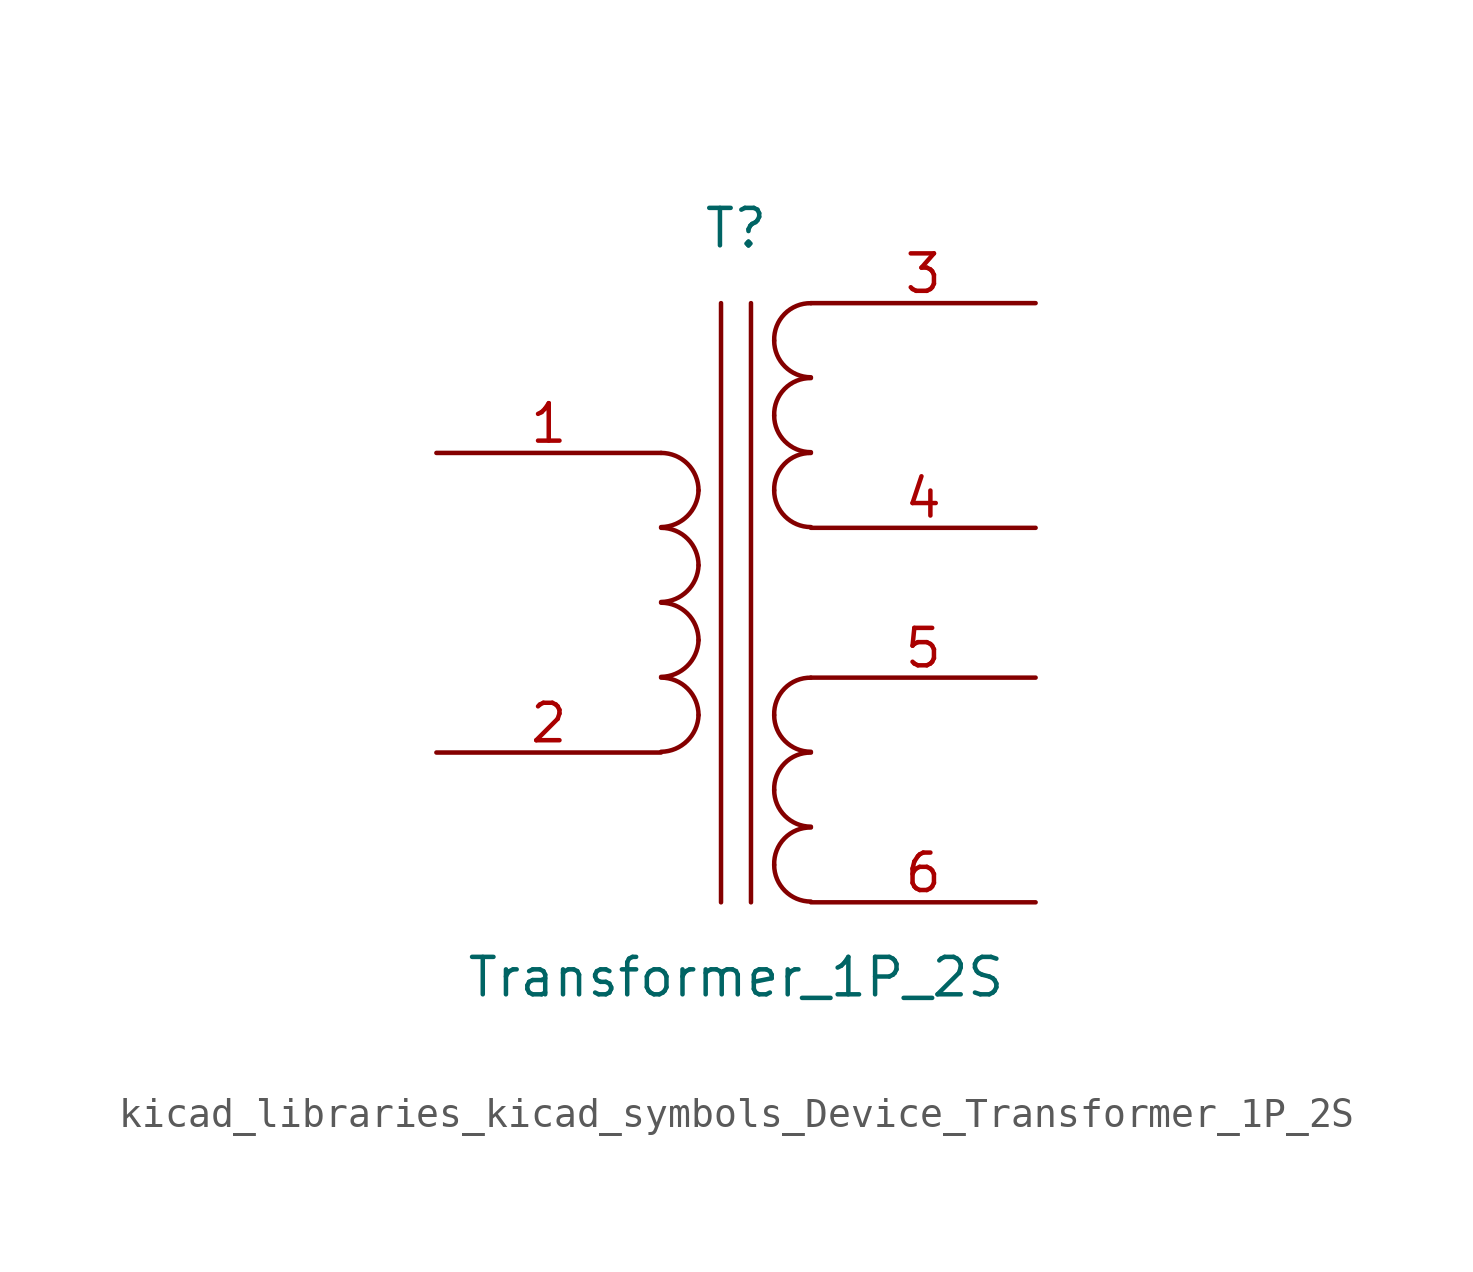
<source format=kicad_sym>
(kicad_symbol_lib
  (version 20220914)
  (generator kicad_symbol_editor)
  (symbol "kicad_libraries_kicad_symbols_Device_Transformer_1P_2S"
    (pin_names
      (offset 1.016) hide)
    (property "Reference" "T"
      (at 0 12.7 0)
      (effects (font (size 1.27 1.27))))
    (property "Value" "Transformer_1P_2S"
      (at 0 -12.7 0)
      (effects (font (size 1.27 1.27))))
    (symbol "kicad_libraries_kicad_symbols_Device_Transformer_1P_2S_0_1"
      (arc (start -2.54 -5.0546) (mid -1.6599 -4.6901) (end -1.27 -3.81) (stroke (width 0) (type default)) (fill (type none)))
      (arc (start -2.54 -2.5146) (mid -1.6599 -2.1501) (end -1.27 -1.27) (stroke (width 0) (type default)) (fill (type none)))
      (arc (start -2.54 0.0254) (mid -1.6599 0.3899) (end -1.27 1.27) (stroke (width 0) (type default)) (fill (type none)))
      (arc (start -2.54 2.5654) (mid -1.6599 2.9299) (end -1.27 3.81) (stroke (width 0) (type default)) (fill (type none)))
      (arc (start -1.27 -3.81) (mid -1.642 -2.912) (end -2.54 -2.54) (stroke (width 0) (type default)) (fill (type none)))
      (arc (start -1.27 -1.27) (mid -1.642 -0.372) (end -2.54 0) (stroke (width 0) (type default)) (fill (type none)))
      (arc (start -1.27 1.27) (mid -1.642 2.168) (end -2.54 2.54) (stroke (width 0) (type default)) (fill (type none)))
      (arc (start -1.27 3.81) (mid -1.642 4.708) (end -2.54 5.08) (stroke (width 0) (type default)) (fill (type none)))
      (polyline (pts (xy -0.508 -10.16) (xy -0.508 10.16)) (stroke (width 0) (type default)) (fill (type none)))
      (polyline (pts (xy 0.508 10.16) (xy 0.508 -10.16)) (stroke (width 0) (type default)) (fill (type none)))
      (arc (start 1.2954 -8.89) (mid 1.6599 -9.7701) (end 2.54 -10.1346) (stroke (width 0) (type default)) (fill (type none)))
      (arc (start 1.2954 -6.35) (mid 1.6599 -7.2301) (end 2.54 -7.5946) (stroke (width 0) (type default)) (fill (type none)))
      (arc (start 1.2954 -3.81) (mid 1.6599 -4.6901) (end 2.54 -5.0546) (stroke (width 0) (type default)) (fill (type none)))
      (arc (start 1.2954 3.81) (mid 1.6599 2.9299) (end 2.54 2.5654) (stroke (width 0) (type default)) (fill (type none)))
      (arc (start 1.2954 6.35) (mid 1.6599 5.4699) (end 2.54 5.1054) (stroke (width 0) (type default)) (fill (type none)))
      (arc (start 1.2954 8.89) (mid 1.6599 8.0099) (end 2.54 7.6454) (stroke (width 0) (type default)) (fill (type none)))
      (arc (start 2.54 -7.62) (mid 1.642 -7.992) (end 1.2954 -8.89) (stroke (width 0) (type default)) (fill (type none)))
      (arc (start 2.54 -5.08) (mid 1.642 -5.452) (end 1.2954 -6.35) (stroke (width 0) (type default)) (fill (type none)))
      (arc (start 2.54 -2.54) (mid 1.642 -2.912) (end 1.2954 -3.81) (stroke (width 0) (type default)) (fill (type none)))
      (arc (start 2.54 5.08) (mid 1.642 4.708) (end 1.2954 3.81) (stroke (width 0) (type default)) (fill (type none)))
      (arc (start 2.54 7.62) (mid 1.642 7.248) (end 1.2954 6.35) (stroke (width 0) (type default)) (fill (type none)))
      (arc (start 2.54 10.16) (mid 1.642 9.788) (end 1.2954 8.89) (stroke (width 0) (type default)) (fill (type none))))
    (symbol "kicad_libraries_kicad_symbols_Device_Transformer_1P_2S_1_1"
      (pin passive line (at -10.16 5.08 0) (length 7.62) (name "AA" (effects (font (size 1.27 1.27)))) (number "1" (effects (font (size 1.27 1.27)))))
      (pin passive line (at -10.16 -5.08 0) (length 7.62) (name "AB" (effects (font (size 1.27 1.27)))) (number "2" (effects (font (size 1.27 1.27)))))
      (pin passive line (at 10.16 10.16 180) (length 7.62) (name "SA" (effects (font (size 1.27 1.27)))) (number "3" (effects (font (size 1.27 1.27)))))
      (pin passive line (at 10.16 2.54 180) (length 7.62) (name "SB" (effects (font (size 1.27 1.27)))) (number "4" (effects (font (size 1.27 1.27)))))
      (pin passive line (at 10.16 -2.54 180) (length 7.62) (name "SC" (effects (font (size 1.27 1.27)))) (number "5" (effects (font (size 1.27 1.27)))))
      (pin passive line (at 10.16 -10.16 180) (length 7.62) (name "SD" (effects (font (size 1.27 1.27)))) (number "6" (effects (font (size 1.27 1.27))))))))
</source>
